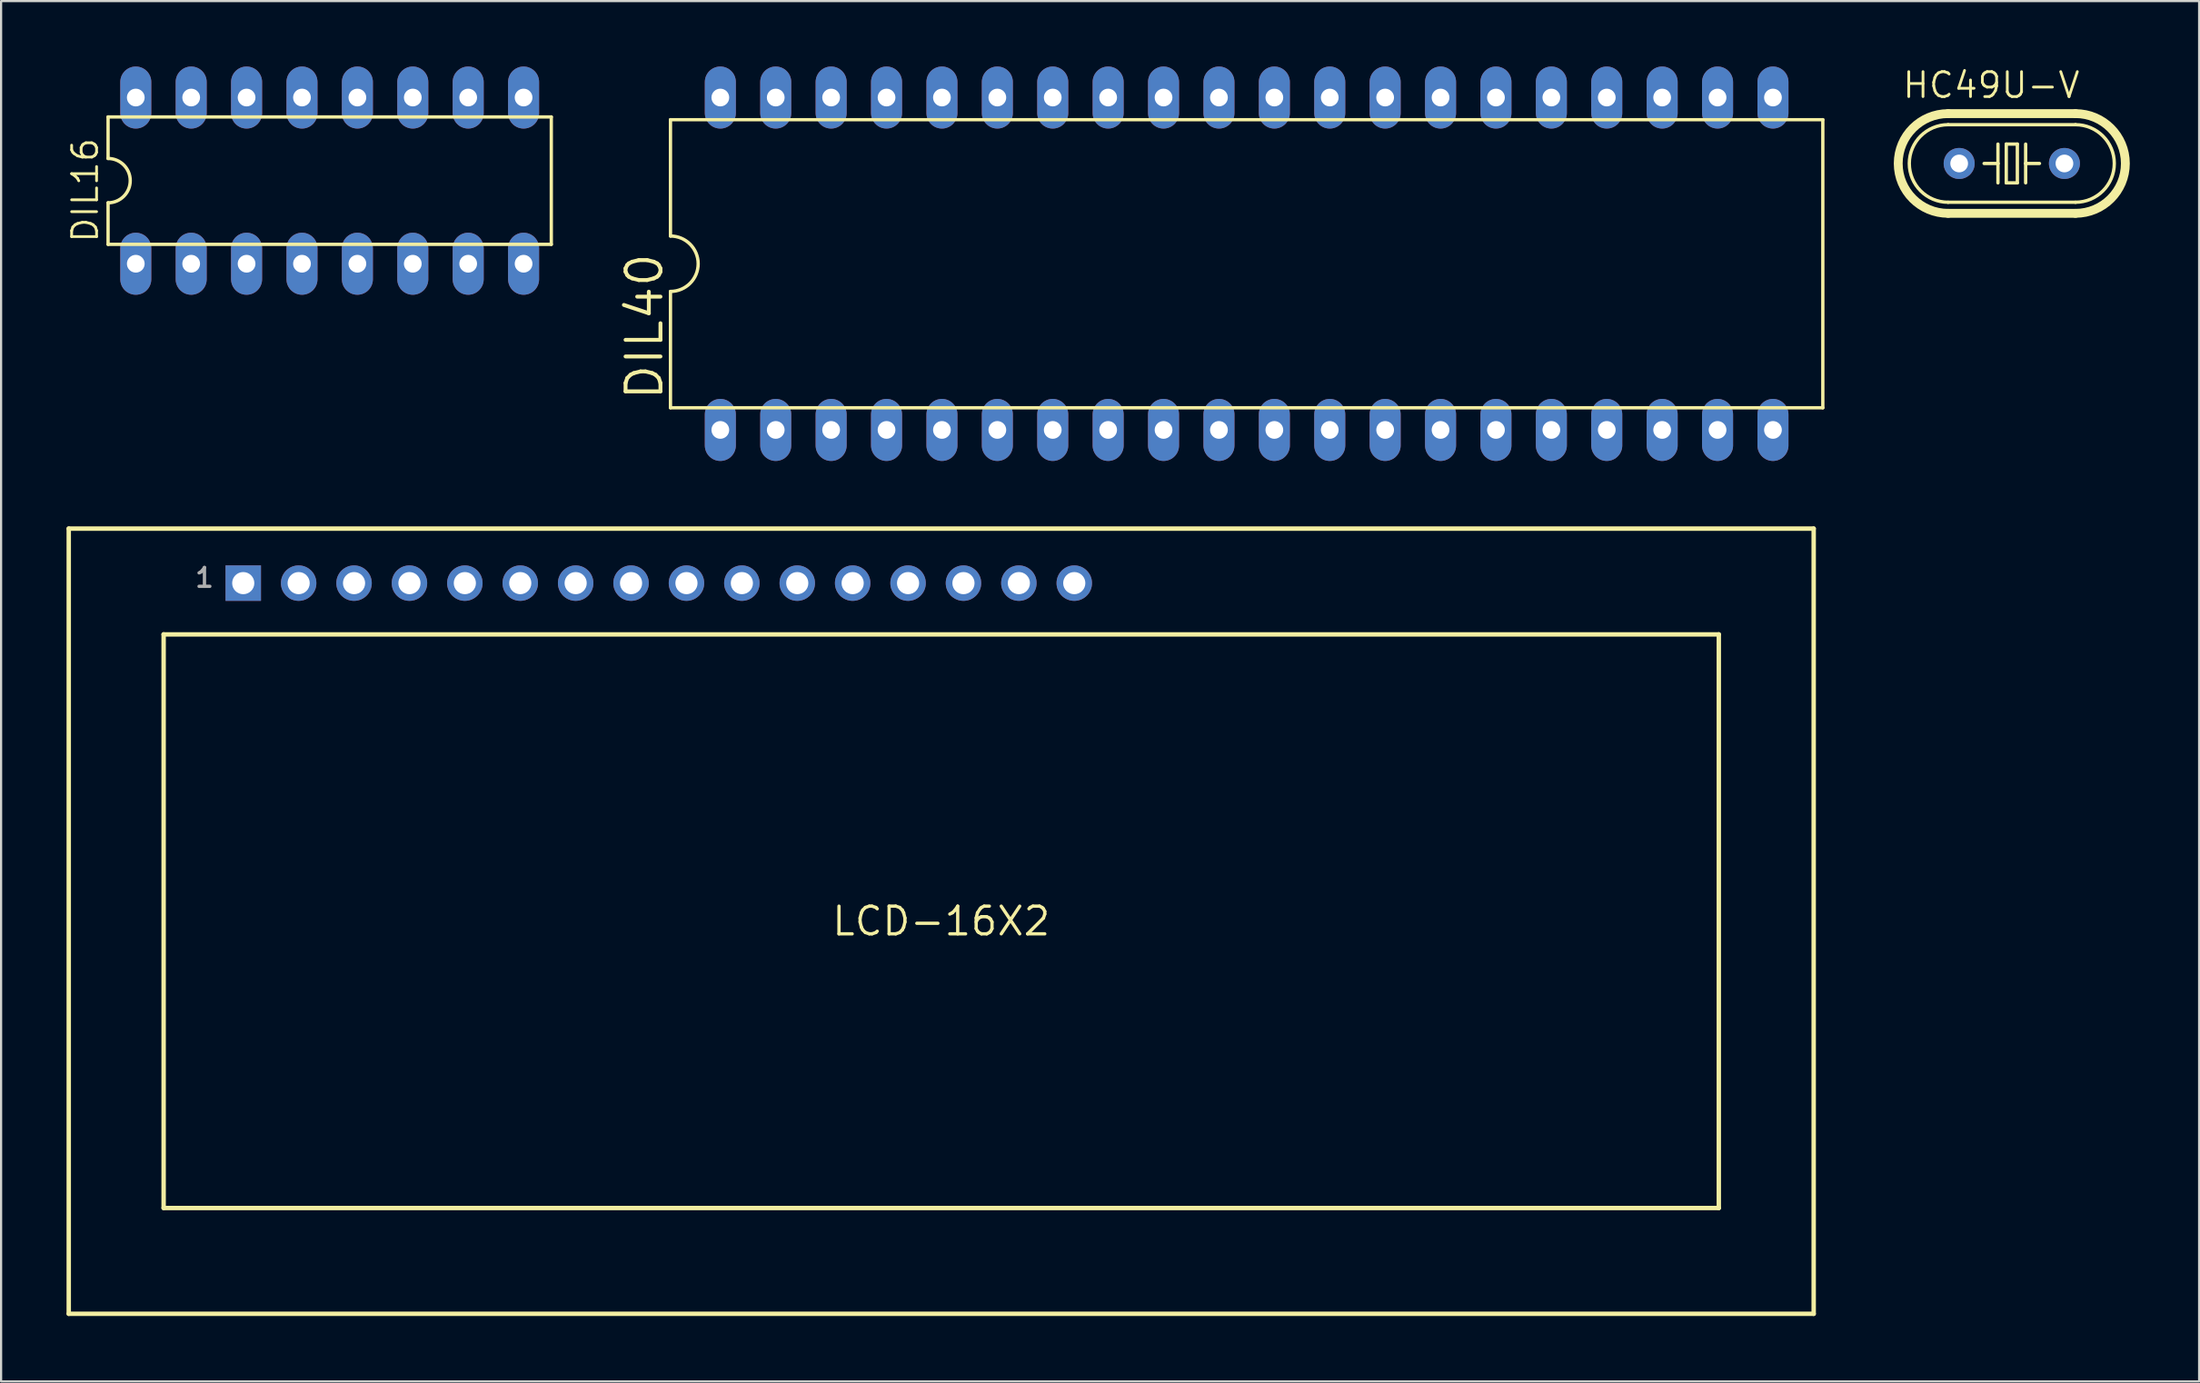
<source format=kicad_pcb>
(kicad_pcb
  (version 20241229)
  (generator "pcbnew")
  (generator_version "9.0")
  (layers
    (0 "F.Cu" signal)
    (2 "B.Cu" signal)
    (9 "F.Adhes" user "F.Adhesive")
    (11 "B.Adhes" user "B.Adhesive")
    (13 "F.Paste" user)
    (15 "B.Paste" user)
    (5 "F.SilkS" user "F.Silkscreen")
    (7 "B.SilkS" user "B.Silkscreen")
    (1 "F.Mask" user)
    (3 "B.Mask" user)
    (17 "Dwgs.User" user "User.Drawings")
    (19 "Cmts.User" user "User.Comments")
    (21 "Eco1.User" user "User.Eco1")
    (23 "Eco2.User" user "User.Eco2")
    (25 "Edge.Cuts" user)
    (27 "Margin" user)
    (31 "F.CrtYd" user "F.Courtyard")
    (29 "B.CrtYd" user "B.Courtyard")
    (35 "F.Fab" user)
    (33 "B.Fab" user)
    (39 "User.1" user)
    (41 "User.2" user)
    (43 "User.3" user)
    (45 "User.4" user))
  (footprint "DIL40"
    (layer "F.Cu")
    (at 54.105 9.042)
    (property "Reference" "DIL40" (at -26.67 6.35 90) (layer "F.SilkS") (effects (font (size 1.6 1.6) (thickness 0.178)) (justify left bottom)))
    (fp_line (start -26.416 -6.604) (end -26.416 -1.27) (stroke (width 0.152) (type solid)) (layer "F.SilkS"))
    (fp_line (start -26.416 -6.604) (end 26.416 -6.604) (stroke (width 0.152) (type solid)) (layer "F.SilkS"))
    (fp_line (start -26.416 1.27) (end -26.416 6.604) (stroke (width 0.152) (type solid)) (layer "F.SilkS"))
    (fp_line (start -26.416 6.604) (end 26.416 6.604) (stroke (width 0.152) (type solid)) (layer "F.SilkS"))
    (fp_line (start 26.416 6.604) (end 26.416 -6.604) (stroke (width 0.152) (type solid)) (layer "F.SilkS"))
    (fp_arc (start -26.416 -1.27) (mid -25.146 0) (end -26.416 1.27) (stroke (width 0.1524) (type solid)) (layer "F.SilkS"))
    (pad "1" thru_hole oval (at -24.13 7.62 90) (size 2.845 1.422) (drill 0.813) (layers "*.Cu" "*.Mask"))
    (pad "2" thru_hole oval (at -21.59 7.62 90) (size 2.845 1.422) (drill 0.813) (layers "*.Cu" "*.Mask"))
    (pad "3" thru_hole oval (at -19.05 7.62 90) (size 2.845 1.422) (drill 0.813) (layers "*.Cu" "*.Mask"))
    (pad "4" thru_hole oval (at -16.51 7.62 90) (size 2.845 1.422) (drill 0.813) (layers "*.Cu" "*.Mask"))
    (pad "5" thru_hole oval (at -13.97 7.62 90) (size 2.845 1.422) (drill 0.813) (layers "*.Cu" "*.Mask"))
    (pad "6" thru_hole oval (at -11.43 7.62 90) (size 2.845 1.422) (drill 0.813) (layers "*.Cu" "*.Mask"))
    (pad "7" thru_hole oval (at -8.89 7.62 90) (size 2.845 1.422) (drill 0.813) (layers "*.Cu" "*.Mask"))
    (pad "8" thru_hole oval (at -6.35 7.62 90) (size 2.845 1.422) (drill 0.813) (layers "*.Cu" "*.Mask"))
    (pad "9" thru_hole oval (at -3.81 7.62 90) (size 2.845 1.422) (drill 0.813) (layers "*.Cu" "*.Mask"))
    (pad "10" thru_hole oval (at -1.27 7.62 90) (size 2.845 1.422) (drill 0.813) (layers "*.Cu" "*.Mask"))
    (pad "11" thru_hole oval (at 1.27 7.62 90) (size 2.845 1.422) (drill 0.813) (layers "*.Cu" "*.Mask"))
    (pad "12" thru_hole oval (at 3.81 7.62 90) (size 2.845 1.422) (drill 0.813) (layers "*.Cu" "*.Mask"))
    (pad "13" thru_hole oval (at 6.35 7.62 90) (size 2.845 1.422) (drill 0.813) (layers "*.Cu" "*.Mask"))
    (pad "14" thru_hole oval (at 8.89 7.62 90) (size 2.845 1.422) (drill 0.813) (layers "*.Cu" "*.Mask"))
    (pad "15" thru_hole oval (at 11.43 7.62 90) (size 2.845 1.422) (drill 0.813) (layers "*.Cu" "*.Mask"))
    (pad "16" thru_hole oval (at 13.97 7.62 90) (size 2.845 1.422) (drill 0.813) (layers "*.Cu" "*.Mask"))
    (pad "17" thru_hole oval (at 16.51 7.62 90) (size 2.845 1.422) (drill 0.813) (layers "*.Cu" "*.Mask"))
    (pad "18" thru_hole oval (at 19.05 7.62 90) (size 2.845 1.422) (drill 0.813) (layers "*.Cu" "*.Mask"))
    (pad "19" thru_hole oval (at 21.59 7.62 90) (size 2.845 1.422) (drill 0.813) (layers "*.Cu" "*.Mask"))
    (pad "20" thru_hole oval (at 24.13 7.62 90) (size 2.845 1.422) (drill 0.813) (layers "*.Cu" "*.Mask"))
    (pad "21" thru_hole oval (at 24.13 -7.62 90) (size 2.845 1.422) (drill 0.813) (layers "*.Cu" "*.Mask"))
    (pad "22" thru_hole oval (at 21.59 -7.62 90) (size 2.845 1.422) (drill 0.813) (layers "*.Cu" "*.Mask"))
    (pad "23" thru_hole oval (at 19.05 -7.62 90) (size 2.845 1.422) (drill 0.813) (layers "*.Cu" "*.Mask"))
    (pad "24" thru_hole oval (at 16.51 -7.62 90) (size 2.845 1.422) (drill 0.813) (layers "*.Cu" "*.Mask"))
    (pad "25" thru_hole oval (at 13.97 -7.62 90) (size 2.845 1.422) (drill 0.813) (layers "*.Cu" "*.Mask"))
    (pad "26" thru_hole oval (at 11.43 -7.62 90) (size 2.845 1.422) (drill 0.813) (layers "*.Cu" "*.Mask"))
    (pad "27" thru_hole oval (at 8.89 -7.62 90) (size 2.845 1.422) (drill 0.813) (layers "*.Cu" "*.Mask"))
    (pad "28" thru_hole oval (at 6.35 -7.62 90) (size 2.845 1.422) (drill 0.813) (layers "*.Cu" "*.Mask"))
    (pad "29" thru_hole oval (at 3.81 -7.62 90) (size 2.845 1.422) (drill 0.813) (layers "*.Cu" "*.Mask"))
    (pad "30" thru_hole oval (at 1.27 -7.62 90) (size 2.845 1.422) (drill 0.813) (layers "*.Cu" "*.Mask"))
    (pad "31" thru_hole oval (at -1.27 -7.62 90) (size 2.845 1.422) (drill 0.813) (layers "*.Cu" "*.Mask"))
    (pad "32" thru_hole oval (at -3.81 -7.62 90) (size 2.845 1.422) (drill 0.813) (layers "*.Cu" "*.Mask"))
    (pad "33" thru_hole oval (at -6.35 -7.62 90) (size 2.845 1.422) (drill 0.813) (layers "*.Cu" "*.Mask"))
    (pad "34" thru_hole oval (at -8.89 -7.62 90) (size 2.845 1.422) (drill 0.813) (layers "*.Cu" "*.Mask"))
    (pad "35" thru_hole oval (at -11.43 -7.62 90) (size 2.845 1.422) (drill 0.813) (layers "*.Cu" "*.Mask"))
    (pad "36" thru_hole oval (at -13.97 -7.62 90) (size 2.845 1.422) (drill 0.813) (layers "*.Cu" "*.Mask"))
    (pad "37" thru_hole oval (at -16.51 -7.62 90) (size 2.845 1.422) (drill 0.813) (layers "*.Cu" "*.Mask"))
    (pad "38" thru_hole oval (at -19.05 -7.62 90) (size 2.845 1.422) (drill 0.813) (layers "*.Cu" "*.Mask"))
    (pad "39" thru_hole oval (at -21.59 -7.62 90) (size 2.845 1.422) (drill 0.813) (layers "*.Cu" "*.Mask"))
    (pad "40" thru_hole oval (at -24.13 -7.62 90) (size 2.845 1.422) (drill 0.813) (layers "*.Cu" "*.Mask")))
  (footprint "DIL16"
    (layer "F.Cu")
    (at 12.065 5.232)
    (property "Reference" "DIL16" (at -10.541 2.921 90) (layer "F.SilkS") (effects (font (size 1.143 1.143) (thickness 0.127)) (justify left bottom)))
    (fp_line (start -10.16 -2.921) (end -10.16 -1.016) (stroke (width 0.152) (type solid)) (layer "F.SilkS"))
    (fp_line (start -10.16 2.921) (end -10.16 1.016) (stroke (width 0.152) (type solid)) (layer "F.SilkS"))
    (fp_line (start -10.16 2.921) (end 10.16 2.921) (stroke (width 0.152) (type solid)) (layer "F.SilkS"))
    (fp_line (start 10.16 -2.921) (end -10.16 -2.921) (stroke (width 0.152) (type solid)) (layer "F.SilkS"))
    (fp_line (start 10.16 -2.921) (end 10.16 2.921) (stroke (width 0.152) (type solid)) (layer "F.SilkS"))
    (fp_arc (start -10.16 -1.016) (mid -9.144 0) (end -10.16 1.016) (stroke (width 0.1524) (type solid)) (layer "F.SilkS"))
    (pad "1" thru_hole oval (at -8.89 3.81 90) (size 2.845 1.422) (drill 0.813) (layers "*.Cu" "*.Mask"))
    (pad "2" thru_hole oval (at -6.35 3.81 90) (size 2.845 1.422) (drill 0.813) (layers "*.Cu" "*.Mask"))
    (pad "3" thru_hole oval (at -3.81 3.81 90) (size 2.845 1.422) (drill 0.813) (layers "*.Cu" "*.Mask"))
    (pad "4" thru_hole oval (at -1.27 3.81 90) (size 2.845 1.422) (drill 0.813) (layers "*.Cu" "*.Mask"))
    (pad "5" thru_hole oval (at 1.27 3.81 90) (size 2.845 1.422) (drill 0.813) (layers "*.Cu" "*.Mask"))
    (pad "6" thru_hole oval (at 3.81 3.81 90) (size 2.845 1.422) (drill 0.813) (layers "*.Cu" "*.Mask"))
    (pad "7" thru_hole oval (at 6.35 3.81 90) (size 2.845 1.422) (drill 0.813) (layers "*.Cu" "*.Mask"))
    (pad "8" thru_hole oval (at 8.89 3.81 90) (size 2.845 1.422) (drill 0.813) (layers "*.Cu" "*.Mask"))
    (pad "9" thru_hole oval (at 8.89 -3.81 90) (size 2.845 1.422) (drill 0.813) (layers "*.Cu" "*.Mask"))
    (pad "10" thru_hole oval (at 6.35 -3.81 90) (size 2.845 1.422) (drill 0.813) (layers "*.Cu" "*.Mask"))
    (pad "11" thru_hole oval (at 3.81 -3.81 90) (size 2.845 1.422) (drill 0.813) (layers "*.Cu" "*.Mask"))
    (pad "12" thru_hole oval (at 1.27 -3.81 90) (size 2.845 1.422) (drill 0.813) (layers "*.Cu" "*.Mask"))
    (pad "13" thru_hole oval (at -1.27 -3.81 90) (size 2.845 1.422) (drill 0.813) (layers "*.Cu" "*.Mask"))
    (pad "14" thru_hole oval (at -3.81 -3.81 90) (size 2.845 1.422) (drill 0.813) (layers "*.Cu" "*.Mask"))
    (pad "15" thru_hole oval (at -6.35 -3.81 90) (size 2.845 1.422) (drill 0.813) (layers "*.Cu" "*.Mask"))
    (pad "16" thru_hole oval (at -8.89 -3.81 90) (size 2.845 1.422) (drill 0.813) (layers "*.Cu" "*.Mask")))
  (footprint "LCD-16X2"
    (layer "F.Cu")
    (at 40.102 39.186)
    (property "Reference" "LCD-16X2" (at 0 0 0) (layer "F.SilkS") (effects (font (size 1.27 1.27) (thickness 0.15))))
    (fp_line (start -40 -18) (end 40 -18) (stroke (width 0.203) (type solid)) (layer "F.SilkS"))
    (fp_line (start -40 18) (end -40 -18) (stroke (width 0.203) (type solid)) (layer "F.SilkS"))
    (fp_line (start -35.65 -13.15) (end 35.65 -13.15) (stroke (width 0.203) (type solid)) (layer "F.SilkS"))
    (fp_line (start -35.65 13.15) (end -35.65 -13.15) (stroke (width 0.203) (type solid)) (layer "F.SilkS"))
    (fp_line (start 35.65 -13.15) (end 35.65 13.15) (stroke (width 0.203) (type solid)) (layer "F.SilkS"))
    (fp_line (start 35.65 13.15) (end -35.65 13.15) (stroke (width 0.203) (type solid)) (layer "F.SilkS"))
    (fp_line (start 40 -18) (end 40 18) (stroke (width 0.203) (type solid)) (layer "F.SilkS"))
    (fp_line (start 40 18) (end -40 18) (stroke (width 0.203) (type solid)) (layer "F.SilkS"))
    (fp_text user "1" (at -34.29 -15.24 0) (layer "F.Fab") (effects (font (size 0.864 0.864) (thickness 0.152)) (justify left bottom)))
    (pad "1" thru_hole rect (at -32 -15.5) (size 1.626 1.626) (drill 1.016) (layers "*.Cu" "*.Mask"))
    (pad "2" thru_hole circle (at -29.46 -15.5) (size 1.626 1.626) (drill 1.016) (layers "*.Cu" "*.Mask"))
    (pad "3" thru_hole circle (at -26.92 -15.5) (size 1.626 1.626) (drill 1.016) (layers "*.Cu" "*.Mask"))
    (pad "4" thru_hole circle (at -24.38 -15.5) (size 1.626 1.626) (drill 1.016) (layers "*.Cu" "*.Mask"))
    (pad "5" thru_hole circle (at -21.84 -15.5) (size 1.626 1.626) (drill 1.016) (layers "*.Cu" "*.Mask"))
    (pad "6" thru_hole circle (at -19.3 -15.5) (size 1.626 1.626) (drill 1.016) (layers "*.Cu" "*.Mask"))
    (pad "7" thru_hole circle (at -16.76 -15.5) (size 1.626 1.626) (drill 1.016) (layers "*.Cu" "*.Mask"))
    (pad "8" thru_hole circle (at -14.22 -15.5) (size 1.626 1.626) (drill 1.016) (layers "*.Cu" "*.Mask"))
    (pad "9" thru_hole circle (at -11.68 -15.5) (size 1.626 1.626) (drill 1.016) (layers "*.Cu" "*.Mask"))
    (pad "10" thru_hole circle (at -9.14 -15.5) (size 1.626 1.626) (drill 1.016) (layers "*.Cu" "*.Mask"))
    (pad "11" thru_hole circle (at -6.6 -15.5) (size 1.626 1.626) (drill 1.016) (layers "*.Cu" "*.Mask"))
    (pad "12" thru_hole circle (at -4.06 -15.5) (size 1.626 1.626) (drill 1.016) (layers "*.Cu" "*.Mask"))
    (pad "13" thru_hole circle (at -1.52 -15.5) (size 1.626 1.626) (drill 1.016) (layers "*.Cu" "*.Mask"))
    (pad "14" thru_hole circle (at 1.02 -15.5) (size 1.626 1.626) (drill 1.016) (layers "*.Cu" "*.Mask"))
    (pad "15" thru_hole circle (at 3.56 -15.5) (size 1.626 1.626) (drill 1.016) (layers "*.Cu" "*.Mask"))
    (pad "16" thru_hole circle (at 6.1 -15.5) (size 1.626 1.626) (drill 1.016) (layers "*.Cu" "*.Mask")))
  (footprint "HC49U-V"
    (layer "F.Cu")
    (at 89.185 4.445)
    (property "Reference" "HC49U-V" (at -5.08 -2.921 0) (layer "F.SilkS") (effects (font (size 1.143 1.143) (thickness 0.127)) (justify left bottom)))
    (fp_line (start -2.921 -2.286) (end 2.921 -2.286) (stroke (width 0.406) (type solid)) (layer "F.SilkS"))
    (fp_line (start -2.921 1.778) (end 2.921 1.778) (stroke (width 0.152) (type solid)) (layer "F.SilkS"))
    (fp_line (start -2.921 2.286) (end 2.921 2.286) (stroke (width 0.406) (type solid)) (layer "F.SilkS"))
    (fp_line (start -0.635 -0.889) (end -0.635 0) (stroke (width 0.152) (type solid)) (layer "F.SilkS"))
    (fp_line (start -0.635 0) (end -1.27 0) (stroke (width 0.152) (type solid)) (layer "F.SilkS"))
    (fp_line (start -0.635 0) (end -0.635 0.889) (stroke (width 0.152) (type solid)) (layer "F.SilkS"))
    (fp_line (start -0.254 -0.889) (end 0.254 -0.889) (stroke (width 0.152) (type solid)) (layer "F.SilkS"))
    (fp_line (start -0.254 0.889) (end -0.254 -0.889) (stroke (width 0.152) (type solid)) (layer "F.SilkS"))
    (fp_line (start 0.254 -0.889) (end 0.254 0.889) (stroke (width 0.152) (type solid)) (layer "F.SilkS"))
    (fp_line (start 0.254 0.889) (end -0.254 0.889) (stroke (width 0.152) (type solid)) (layer "F.SilkS"))
    (fp_line (start 0.635 -0.889) (end 0.635 0) (stroke (width 0.152) (type solid)) (layer "F.SilkS"))
    (fp_line (start 0.635 0) (end 0.635 0.889) (stroke (width 0.152) (type solid)) (layer "F.SilkS"))
    (fp_line (start 0.635 0) (end 1.27 0) (stroke (width 0.152) (type solid)) (layer "F.SilkS"))
    (fp_line (start 2.921 -1.778) (end -2.921 -1.778) (stroke (width 0.152) (type solid)) (layer "F.SilkS"))
    (fp_arc (start -2.921 1.778) (mid -4.699 0) (end -2.921 -1.778) (stroke (width 0.1524) (type solid)) (layer "F.SilkS"))
    (fp_arc (start -2.921 2.286) (mid -5.207 0) (end -2.921 -2.286) (stroke (width 0.4064) (type solid)) (layer "F.SilkS"))
    (fp_arc (start 2.921 -2.286) (mid 5.207 0) (end 2.921 2.286) (stroke (width 0.4064) (type solid)) (layer "F.SilkS"))
    (fp_arc (start 2.921 -1.778) (mid 4.699 0) (end 2.921 1.778) (stroke (width 0.1524) (type solid)) (layer "F.SilkS"))
    (pad "1" thru_hole circle (at -2.413 0) (size 1.422 1.422) (drill 0.813) (layers "*.Cu" "*.Mask"))
    (pad "2" thru_hole circle (at 2.413 0) (size 1.422 1.422) (drill 0.813) (layers "*.Cu" "*.Mask"))
    (zone (net_name "") (layers "F.Cu" "B.Cu") (hatch edge 0.508) (connect_pads) (min_thickness 0.254) (filled_areas_thickness no) (keepout (tracks allowed) (vias not_allowed) (pads allowed) (copperpour allowed) (footprints allowed)) (placement (enabled no)) (fill) (polygon (pts (xy 83.597 5.715) (xy 83.851 5.715) (xy 83.851 3.429) (xy 83.597 3.429))))
    (zone (net_name "") (layers "F.Cu" "B.Cu") (hatch edge 0.508) (connect_pads) (min_thickness 0.254) (filled_areas_thickness no) (keepout (tracks allowed) (vias not_allowed) (pads allowed) (copperpour allowed) (footprints allowed)) (placement (enabled no)) (fill) (polygon (pts (xy 83.851 6.223) (xy 84.359 6.223) (xy 84.359 2.667) (xy 83.851 2.667))))
    (zone (net_name "") (layers "F.Cu" "B.Cu") (hatch edge 0.508) (connect_pads) (min_thickness 0.254) (filled_areas_thickness no) (keepout (tracks allowed) (vias not_allowed) (pads allowed) (copperpour allowed) (footprints allowed)) (placement (enabled no)) (fill) (polygon (pts (xy 84.359 6.731) (xy 84.867 6.731) (xy 84.867 2.159) (xy 84.359 2.159))))
    (zone (net_name "") (layers "F.Cu" "B.Cu") (hatch edge 0.508) (connect_pads) (min_thickness 0.254) (filled_areas_thickness no) (keepout (tracks allowed) (vias not_allowed) (pads allowed) (copperpour allowed) (footprints allowed)) (placement (enabled no)) (fill) (polygon (pts (xy 84.867 6.985) (xy 85.375 6.985) (xy 85.375 1.905) (xy 84.867 1.905))))
    (zone (net_name "") (layers "F.Cu" "B.Cu") (hatch edge 0.508) (connect_pads) (min_thickness 0.254) (filled_areas_thickness no) (keepout (tracks allowed) (vias not_allowed) (pads allowed) (copperpour allowed) (footprints allowed)) (placement (enabled no)) (fill) (polygon (pts (xy 85.375 7.239) (xy 92.995 7.239) (xy 92.995 1.651) (xy 85.375 1.651))))
    (zone (net_name "") (layers "F.Cu" "B.Cu") (hatch edge 0.508) (connect_pads) (min_thickness 0.254) (filled_areas_thickness no) (keepout (tracks allowed) (vias not_allowed) (pads allowed) (copperpour allowed) (footprints allowed)) (placement (enabled no)) (fill) (polygon (pts (xy 92.995 6.985) (xy 93.503 6.985) (xy 93.503 1.905) (xy 92.995 1.905))))
    (zone (net_name "") (layers "F.Cu" "B.Cu") (hatch edge 0.508) (connect_pads) (min_thickness 0.254) (filled_areas_thickness no) (keepout (tracks allowed) (vias not_allowed) (pads allowed) (copperpour allowed) (footprints allowed)) (placement (enabled no)) (fill) (polygon (pts (xy 93.503 6.731) (xy 94.011 6.731) (xy 94.011 2.159) (xy 93.503 2.159))))
    (zone (net_name "") (layers "F.Cu" "B.Cu") (hatch edge 0.508) (connect_pads) (min_thickness 0.254) (filled_areas_thickness no) (keepout (tracks allowed) (vias not_allowed) (pads allowed) (copperpour allowed) (footprints allowed)) (placement (enabled no)) (fill) (polygon (pts (xy 94.011 6.223) (xy 94.519 6.223) (xy 94.519 2.667) (xy 94.011 2.667))))
    (zone (net_name "") (layers "F.Cu" "B.Cu") (hatch edge 0.508) (connect_pads) (min_thickness 0.254) (filled_areas_thickness no) (keepout (tracks allowed) (vias not_allowed) (pads allowed) (copperpour allowed) (footprints allowed)) (placement (enabled no)) (fill) (polygon (pts (xy 94.519 5.461) (xy 94.773 5.461) (xy 94.773 3.429) (xy 94.519 3.429)))))
  (gr_rect
    (start -3 -3)
    (end 97.773 60.288)
    (stroke (width 0.1) (type default))
    (fill no)
    (layer "Edge.Cuts")))
</source>
